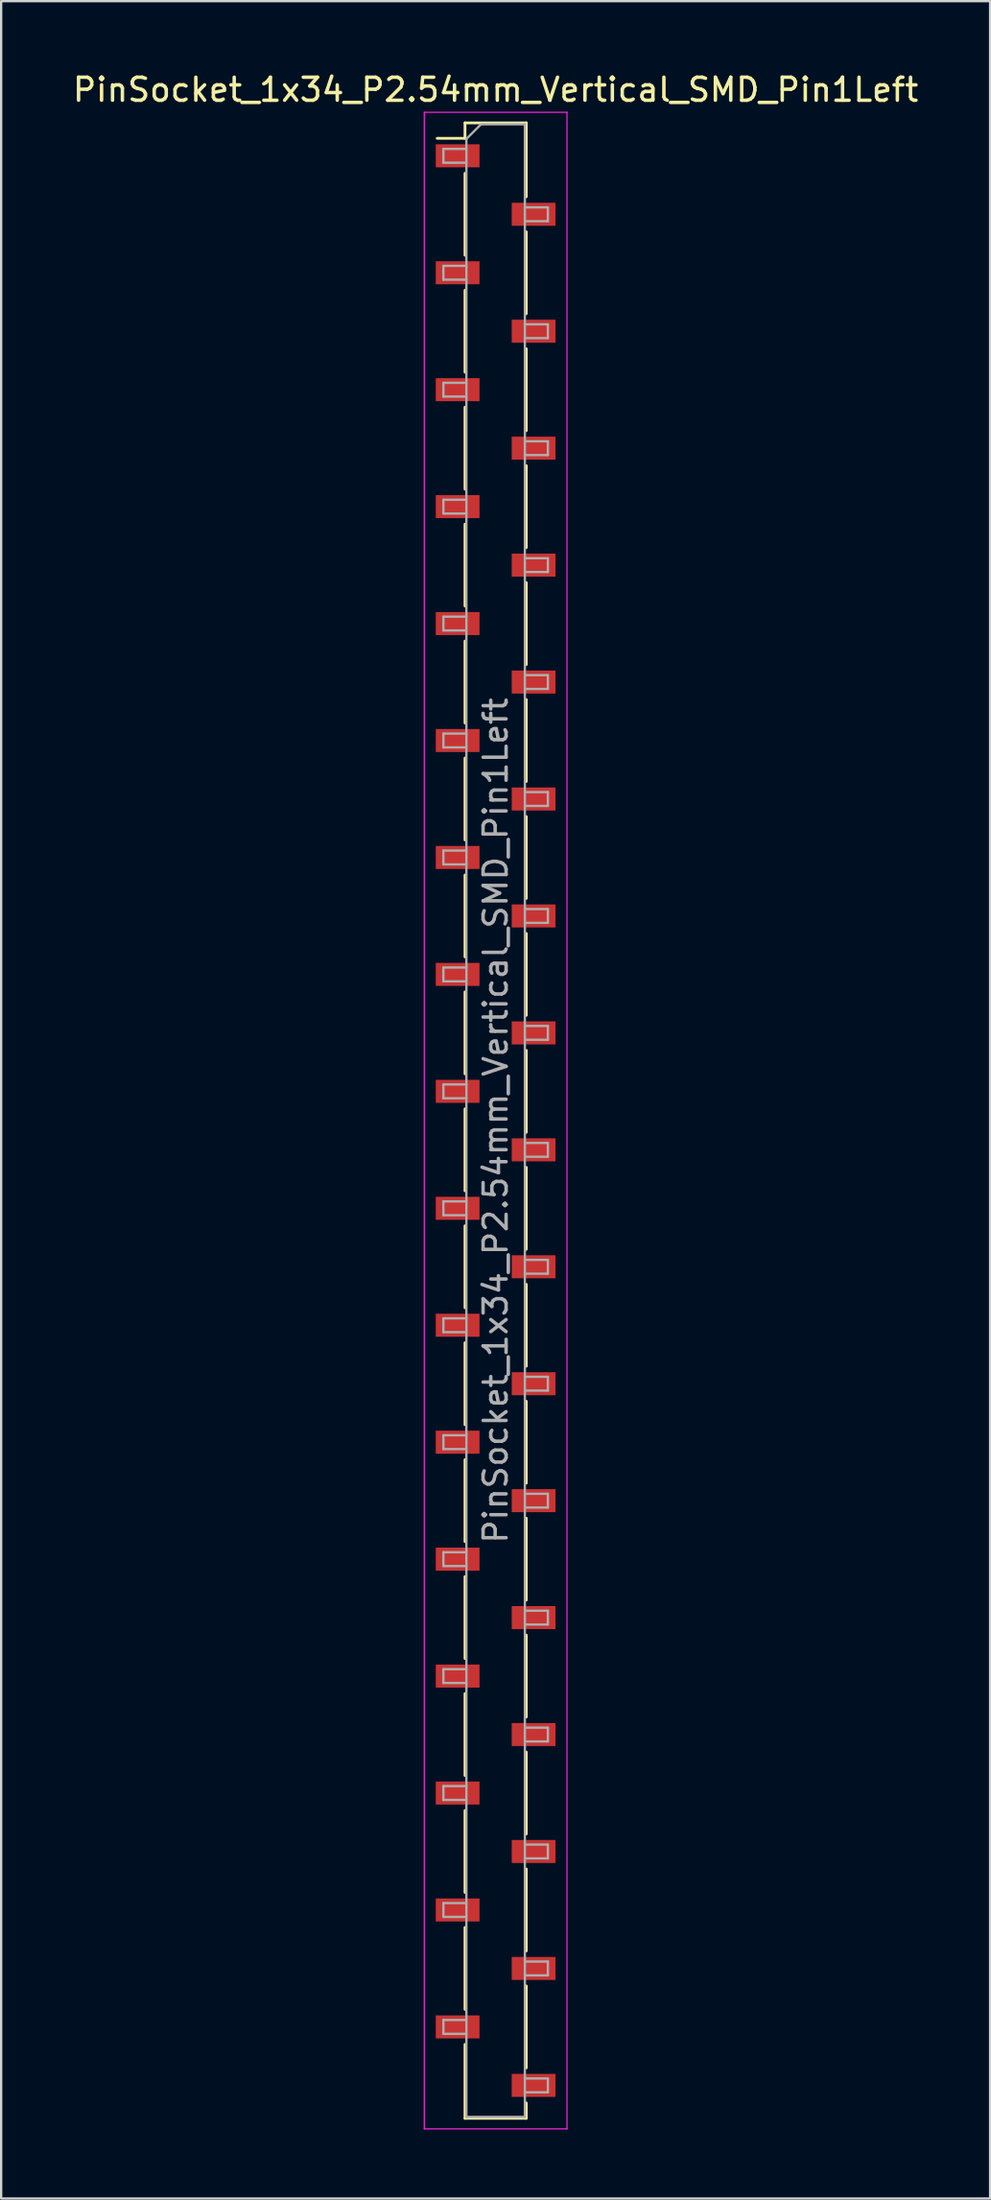
<source format=kicad_pcb>
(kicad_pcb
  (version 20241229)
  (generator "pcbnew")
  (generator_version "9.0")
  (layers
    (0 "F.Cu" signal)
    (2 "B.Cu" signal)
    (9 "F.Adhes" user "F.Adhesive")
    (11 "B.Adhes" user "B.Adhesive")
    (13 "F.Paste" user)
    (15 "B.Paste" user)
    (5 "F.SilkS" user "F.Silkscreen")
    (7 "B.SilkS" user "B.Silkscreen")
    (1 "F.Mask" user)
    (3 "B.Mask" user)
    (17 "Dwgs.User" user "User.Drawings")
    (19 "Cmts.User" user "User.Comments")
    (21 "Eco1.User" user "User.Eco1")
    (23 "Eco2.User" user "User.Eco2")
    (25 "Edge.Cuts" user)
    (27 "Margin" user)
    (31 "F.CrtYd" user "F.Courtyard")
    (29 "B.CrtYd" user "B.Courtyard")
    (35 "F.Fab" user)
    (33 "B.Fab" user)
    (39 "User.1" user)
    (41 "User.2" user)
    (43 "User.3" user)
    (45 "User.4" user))
  (footprint "PinSocket_1x34_P2.54mm_Vertical_SMD_Pin1Left"
    (layer "F.Cu")
    (at 18.482 45.628)
    (property "Reference" "PinSocket_1x34_P2.54mm_Vertical_SMD_Pin1Left" (at 0 -44.78 0) (layer "F.SilkS") (effects (font (size 1 1) (thickness 0.15))))
    (attr smd)
    (fp_line (start -2.54 -42.67) (end -1.33 -42.67) (stroke (width 0.12) (type solid)) (layer "F.SilkS"))
    (fp_line (start -1.33 -43.34) (end -1.33 -42.67) (stroke (width 0.12) (type solid)) (layer "F.SilkS"))
    (fp_line (start -1.33 -43.34) (end 1.33 -43.34) (stroke (width 0.12) (type solid)) (layer "F.SilkS"))
    (fp_line (start -1.33 -41.15) (end -1.33 -37.59) (stroke (width 0.12) (type solid)) (layer "F.SilkS"))
    (fp_line (start -1.33 -36.07) (end -1.33 -32.51) (stroke (width 0.12) (type solid)) (layer "F.SilkS"))
    (fp_line (start -1.33 -30.99) (end -1.33 -27.43) (stroke (width 0.12) (type solid)) (layer "F.SilkS"))
    (fp_line (start -1.33 -25.91) (end -1.33 -22.35) (stroke (width 0.12) (type solid)) (layer "F.SilkS"))
    (fp_line (start -1.33 -20.83) (end -1.33 -17.27) (stroke (width 0.12) (type solid)) (layer "F.SilkS"))
    (fp_line (start -1.33 -15.75) (end -1.33 -12.19) (stroke (width 0.12) (type solid)) (layer "F.SilkS"))
    (fp_line (start -1.33 -10.67) (end -1.33 -7.11) (stroke (width 0.12) (type solid)) (layer "F.SilkS"))
    (fp_line (start -1.33 -5.59) (end -1.33 -2.03) (stroke (width 0.12) (type solid)) (layer "F.SilkS"))
    (fp_line (start -1.33 -0.51) (end -1.33 3.05) (stroke (width 0.12) (type solid)) (layer "F.SilkS"))
    (fp_line (start -1.33 4.57) (end -1.33 8.13) (stroke (width 0.12) (type solid)) (layer "F.SilkS"))
    (fp_line (start -1.33 9.65) (end -1.33 13.21) (stroke (width 0.12) (type solid)) (layer "F.SilkS"))
    (fp_line (start -1.33 14.73) (end -1.33 18.29) (stroke (width 0.12) (type solid)) (layer "F.SilkS"))
    (fp_line (start -1.33 19.81) (end -1.33 23.37) (stroke (width 0.12) (type solid)) (layer "F.SilkS"))
    (fp_line (start -1.33 24.89) (end -1.33 28.45) (stroke (width 0.12) (type solid)) (layer "F.SilkS"))
    (fp_line (start -1.33 29.97) (end -1.33 33.53) (stroke (width 0.12) (type solid)) (layer "F.SilkS"))
    (fp_line (start -1.33 35.05) (end -1.33 38.61) (stroke (width 0.12) (type solid)) (layer "F.SilkS"))
    (fp_line (start -1.33 40.13) (end -1.33 43.34) (stroke (width 0.12) (type solid)) (layer "F.SilkS"))
    (fp_line (start -1.33 43.34) (end 1.33 43.34) (stroke (width 0.12) (type solid)) (layer "F.SilkS"))
    (fp_line (start 1.33 -43.34) (end 1.33 -40.13) (stroke (width 0.12) (type solid)) (layer "F.SilkS"))
    (fp_line (start 1.33 -38.61) (end 1.33 -35.05) (stroke (width 0.12) (type solid)) (layer "F.SilkS"))
    (fp_line (start 1.33 -33.53) (end 1.33 -29.97) (stroke (width 0.12) (type solid)) (layer "F.SilkS"))
    (fp_line (start 1.33 -28.45) (end 1.33 -24.89) (stroke (width 0.12) (type solid)) (layer "F.SilkS"))
    (fp_line (start 1.33 -23.37) (end 1.33 -19.81) (stroke (width 0.12) (type solid)) (layer "F.SilkS"))
    (fp_line (start 1.33 -18.29) (end 1.33 -14.73) (stroke (width 0.12) (type solid)) (layer "F.SilkS"))
    (fp_line (start 1.33 -13.21) (end 1.33 -9.65) (stroke (width 0.12) (type solid)) (layer "F.SilkS"))
    (fp_line (start 1.33 -8.13) (end 1.33 -4.57) (stroke (width 0.12) (type solid)) (layer "F.SilkS"))
    (fp_line (start 1.33 -3.05) (end 1.33 0.51) (stroke (width 0.12) (type solid)) (layer "F.SilkS"))
    (fp_line (start 1.33 2.03) (end 1.33 5.59) (stroke (width 0.12) (type solid)) (layer "F.SilkS"))
    (fp_line (start 1.33 7.11) (end 1.33 10.67) (stroke (width 0.12) (type solid)) (layer "F.SilkS"))
    (fp_line (start 1.33 12.19) (end 1.33 15.75) (stroke (width 0.12) (type solid)) (layer "F.SilkS"))
    (fp_line (start 1.33 17.27) (end 1.33 20.83) (stroke (width 0.12) (type solid)) (layer "F.SilkS"))
    (fp_line (start 1.33 22.35) (end 1.33 25.91) (stroke (width 0.12) (type solid)) (layer "F.SilkS"))
    (fp_line (start 1.33 27.43) (end 1.33 30.99) (stroke (width 0.12) (type solid)) (layer "F.SilkS"))
    (fp_line (start 1.33 32.51) (end 1.33 36.07) (stroke (width 0.12) (type solid)) (layer "F.SilkS"))
    (fp_line (start 1.33 37.59) (end 1.33 41.15) (stroke (width 0.12) (type solid)) (layer "F.SilkS"))
    (fp_line (start 1.33 42.67) (end 1.33 43.34) (stroke (width 0.12) (type solid)) (layer "F.SilkS"))
    (fp_line (start -3.1 -43.8) (end 3.1 -43.8) (stroke (width 0.05) (type solid)) (layer "F.CrtYd"))
    (fp_line (start -3.1 43.8) (end -3.1 -43.8) (stroke (width 0.05) (type solid)) (layer "F.CrtYd"))
    (fp_line (start 3.1 -43.8) (end 3.1 43.8) (stroke (width 0.05) (type solid)) (layer "F.CrtYd"))
    (fp_line (start 3.1 43.8) (end -3.1 43.8) (stroke (width 0.05) (type solid)) (layer "F.CrtYd"))
    (fp_line (start -2.27 -42.21) (end -1.27 -42.21) (stroke (width 0.1) (type solid)) (layer "F.Fab"))
    (fp_line (start -2.27 -41.61) (end -2.27 -42.21) (stroke (width 0.1) (type solid)) (layer "F.Fab"))
    (fp_line (start -2.27 -37.13) (end -1.27 -37.13) (stroke (width 0.1) (type solid)) (layer "F.Fab"))
    (fp_line (start -2.27 -36.53) (end -2.27 -37.13) (stroke (width 0.1) (type solid)) (layer "F.Fab"))
    (fp_line (start -2.27 -32.05) (end -1.27 -32.05) (stroke (width 0.1) (type solid)) (layer "F.Fab"))
    (fp_line (start -2.27 -31.45) (end -2.27 -32.05) (stroke (width 0.1) (type solid)) (layer "F.Fab"))
    (fp_line (start -2.27 -26.97) (end -1.27 -26.97) (stroke (width 0.1) (type solid)) (layer "F.Fab"))
    (fp_line (start -2.27 -26.37) (end -2.27 -26.97) (stroke (width 0.1) (type solid)) (layer "F.Fab"))
    (fp_line (start -2.27 -21.89) (end -1.27 -21.89) (stroke (width 0.1) (type solid)) (layer "F.Fab"))
    (fp_line (start -2.27 -21.29) (end -2.27 -21.89) (stroke (width 0.1) (type solid)) (layer "F.Fab"))
    (fp_line (start -2.27 -16.81) (end -1.27 -16.81) (stroke (width 0.1) (type solid)) (layer "F.Fab"))
    (fp_line (start -2.27 -16.21) (end -2.27 -16.81) (stroke (width 0.1) (type solid)) (layer "F.Fab"))
    (fp_line (start -2.27 -11.73) (end -1.27 -11.73) (stroke (width 0.1) (type solid)) (layer "F.Fab"))
    (fp_line (start -2.27 -11.13) (end -2.27 -11.73) (stroke (width 0.1) (type solid)) (layer "F.Fab"))
    (fp_line (start -2.27 -6.65) (end -1.27 -6.65) (stroke (width 0.1) (type solid)) (layer "F.Fab"))
    (fp_line (start -2.27 -6.05) (end -2.27 -6.65) (stroke (width 0.1) (type solid)) (layer "F.Fab"))
    (fp_line (start -2.27 -1.57) (end -1.27 -1.57) (stroke (width 0.1) (type solid)) (layer "F.Fab"))
    (fp_line (start -2.27 -0.97) (end -2.27 -1.57) (stroke (width 0.1) (type solid)) (layer "F.Fab"))
    (fp_line (start -2.27 3.51) (end -1.27 3.51) (stroke (width 0.1) (type solid)) (layer "F.Fab"))
    (fp_line (start -2.27 4.11) (end -2.27 3.51) (stroke (width 0.1) (type solid)) (layer "F.Fab"))
    (fp_line (start -2.27 8.59) (end -1.27 8.59) (stroke (width 0.1) (type solid)) (layer "F.Fab"))
    (fp_line (start -2.27 9.19) (end -2.27 8.59) (stroke (width 0.1) (type solid)) (layer "F.Fab"))
    (fp_line (start -2.27 13.67) (end -1.27 13.67) (stroke (width 0.1) (type solid)) (layer "F.Fab"))
    (fp_line (start -2.27 14.27) (end -2.27 13.67) (stroke (width 0.1) (type solid)) (layer "F.Fab"))
    (fp_line (start -2.27 18.75) (end -1.27 18.75) (stroke (width 0.1) (type solid)) (layer "F.Fab"))
    (fp_line (start -2.27 19.35) (end -2.27 18.75) (stroke (width 0.1) (type solid)) (layer "F.Fab"))
    (fp_line (start -2.27 23.83) (end -1.27 23.83) (stroke (width 0.1) (type solid)) (layer "F.Fab"))
    (fp_line (start -2.27 24.43) (end -2.27 23.83) (stroke (width 0.1) (type solid)) (layer "F.Fab"))
    (fp_line (start -2.27 28.91) (end -1.27 28.91) (stroke (width 0.1) (type solid)) (layer "F.Fab"))
    (fp_line (start -2.27 29.51) (end -2.27 28.91) (stroke (width 0.1) (type solid)) (layer "F.Fab"))
    (fp_line (start -2.27 33.99) (end -1.27 33.99) (stroke (width 0.1) (type solid)) (layer "F.Fab"))
    (fp_line (start -2.27 34.59) (end -2.27 33.99) (stroke (width 0.1) (type solid)) (layer "F.Fab"))
    (fp_line (start -2.27 39.07) (end -1.27 39.07) (stroke (width 0.1) (type solid)) (layer "F.Fab"))
    (fp_line (start -2.27 39.67) (end -2.27 39.07) (stroke (width 0.1) (type solid)) (layer "F.Fab"))
    (fp_line (start -1.27 -42.645) (end -0.635 -43.28) (stroke (width 0.1) (type solid)) (layer "F.Fab"))
    (fp_line (start -1.27 -41.61) (end -2.27 -41.61) (stroke (width 0.1) (type solid)) (layer "F.Fab"))
    (fp_line (start -1.27 -36.53) (end -2.27 -36.53) (stroke (width 0.1) (type solid)) (layer "F.Fab"))
    (fp_line (start -1.27 -31.45) (end -2.27 -31.45) (stroke (width 0.1) (type solid)) (layer "F.Fab"))
    (fp_line (start -1.27 -26.37) (end -2.27 -26.37) (stroke (width 0.1) (type solid)) (layer "F.Fab"))
    (fp_line (start -1.27 -21.29) (end -2.27 -21.29) (stroke (width 0.1) (type solid)) (layer "F.Fab"))
    (fp_line (start -1.27 -16.21) (end -2.27 -16.21) (stroke (width 0.1) (type solid)) (layer "F.Fab"))
    (fp_line (start -1.27 -11.13) (end -2.27 -11.13) (stroke (width 0.1) (type solid)) (layer "F.Fab"))
    (fp_line (start -1.27 -6.05) (end -2.27 -6.05) (stroke (width 0.1) (type solid)) (layer "F.Fab"))
    (fp_line (start -1.27 -0.97) (end -2.27 -0.97) (stroke (width 0.1) (type solid)) (layer "F.Fab"))
    (fp_line (start -1.27 4.11) (end -2.27 4.11) (stroke (width 0.1) (type solid)) (layer "F.Fab"))
    (fp_line (start -1.27 9.19) (end -2.27 9.19) (stroke (width 0.1) (type solid)) (layer "F.Fab"))
    (fp_line (start -1.27 14.27) (end -2.27 14.27) (stroke (width 0.1) (type solid)) (layer "F.Fab"))
    (fp_line (start -1.27 19.35) (end -2.27 19.35) (stroke (width 0.1) (type solid)) (layer "F.Fab"))
    (fp_line (start -1.27 24.43) (end -2.27 24.43) (stroke (width 0.1) (type solid)) (layer "F.Fab"))
    (fp_line (start -1.27 29.51) (end -2.27 29.51) (stroke (width 0.1) (type solid)) (layer "F.Fab"))
    (fp_line (start -1.27 34.59) (end -2.27 34.59) (stroke (width 0.1) (type solid)) (layer "F.Fab"))
    (fp_line (start -1.27 39.67) (end -2.27 39.67) (stroke (width 0.1) (type solid)) (layer "F.Fab"))
    (fp_line (start -1.27 43.28) (end -1.27 -42.645) (stroke (width 0.1) (type solid)) (layer "F.Fab"))
    (fp_line (start -0.635 -43.28) (end 1.27 -43.28) (stroke (width 0.1) (type solid)) (layer "F.Fab"))
    (fp_line (start 1.27 -43.28) (end 1.27 43.28) (stroke (width 0.1) (type solid)) (layer "F.Fab"))
    (fp_line (start 1.27 -39.67) (end 2.27 -39.67) (stroke (width 0.1) (type solid)) (layer "F.Fab"))
    (fp_line (start 1.27 -34.59) (end 2.27 -34.59) (stroke (width 0.1) (type solid)) (layer "F.Fab"))
    (fp_line (start 1.27 -29.51) (end 2.27 -29.51) (stroke (width 0.1) (type solid)) (layer "F.Fab"))
    (fp_line (start 1.27 -24.43) (end 2.27 -24.43) (stroke (width 0.1) (type solid)) (layer "F.Fab"))
    (fp_line (start 1.27 -19.35) (end 2.27 -19.35) (stroke (width 0.1) (type solid)) (layer "F.Fab"))
    (fp_line (start 1.27 -14.27) (end 2.27 -14.27) (stroke (width 0.1) (type solid)) (layer "F.Fab"))
    (fp_line (start 1.27 -9.19) (end 2.27 -9.19) (stroke (width 0.1) (type solid)) (layer "F.Fab"))
    (fp_line (start 1.27 -4.11) (end 2.27 -4.11) (stroke (width 0.1) (type solid)) (layer "F.Fab"))
    (fp_line (start 1.27 0.97) (end 2.27 0.97) (stroke (width 0.1) (type solid)) (layer "F.Fab"))
    (fp_line (start 1.27 6.05) (end 2.27 6.05) (stroke (width 0.1) (type solid)) (layer "F.Fab"))
    (fp_line (start 1.27 11.13) (end 2.27 11.13) (stroke (width 0.1) (type solid)) (layer "F.Fab"))
    (fp_line (start 1.27 16.21) (end 2.27 16.21) (stroke (width 0.1) (type solid)) (layer "F.Fab"))
    (fp_line (start 1.27 21.29) (end 2.27 21.29) (stroke (width 0.1) (type solid)) (layer "F.Fab"))
    (fp_line (start 1.27 26.37) (end 2.27 26.37) (stroke (width 0.1) (type solid)) (layer "F.Fab"))
    (fp_line (start 1.27 31.45) (end 2.27 31.45) (stroke (width 0.1) (type solid)) (layer "F.Fab"))
    (fp_line (start 1.27 36.53) (end 2.27 36.53) (stroke (width 0.1) (type solid)) (layer "F.Fab"))
    (fp_line (start 1.27 41.61) (end 2.27 41.61) (stroke (width 0.1) (type solid)) (layer "F.Fab"))
    (fp_line (start 1.27 43.28) (end -1.27 43.28) (stroke (width 0.1) (type solid)) (layer "F.Fab"))
    (fp_line (start 2.27 -39.67) (end 2.27 -39.07) (stroke (width 0.1) (type solid)) (layer "F.Fab"))
    (fp_line (start 2.27 -39.07) (end 1.27 -39.07) (stroke (width 0.1) (type solid)) (layer "F.Fab"))
    (fp_line (start 2.27 -34.59) (end 2.27 -33.99) (stroke (width 0.1) (type solid)) (layer "F.Fab"))
    (fp_line (start 2.27 -33.99) (end 1.27 -33.99) (stroke (width 0.1) (type solid)) (layer "F.Fab"))
    (fp_line (start 2.27 -29.51) (end 2.27 -28.91) (stroke (width 0.1) (type solid)) (layer "F.Fab"))
    (fp_line (start 2.27 -28.91) (end 1.27 -28.91) (stroke (width 0.1) (type solid)) (layer "F.Fab"))
    (fp_line (start 2.27 -24.43) (end 2.27 -23.83) (stroke (width 0.1) (type solid)) (layer "F.Fab"))
    (fp_line (start 2.27 -23.83) (end 1.27 -23.83) (stroke (width 0.1) (type solid)) (layer "F.Fab"))
    (fp_line (start 2.27 -19.35) (end 2.27 -18.75) (stroke (width 0.1) (type solid)) (layer "F.Fab"))
    (fp_line (start 2.27 -18.75) (end 1.27 -18.75) (stroke (width 0.1) (type solid)) (layer "F.Fab"))
    (fp_line (start 2.27 -14.27) (end 2.27 -13.67) (stroke (width 0.1) (type solid)) (layer "F.Fab"))
    (fp_line (start 2.27 -13.67) (end 1.27 -13.67) (stroke (width 0.1) (type solid)) (layer "F.Fab"))
    (fp_line (start 2.27 -9.19) (end 2.27 -8.59) (stroke (width 0.1) (type solid)) (layer "F.Fab"))
    (fp_line (start 2.27 -8.59) (end 1.27 -8.59) (stroke (width 0.1) (type solid)) (layer "F.Fab"))
    (fp_line (start 2.27 -4.11) (end 2.27 -3.51) (stroke (width 0.1) (type solid)) (layer "F.Fab"))
    (fp_line (start 2.27 -3.51) (end 1.27 -3.51) (stroke (width 0.1) (type solid)) (layer "F.Fab"))
    (fp_line (start 2.27 0.97) (end 2.27 1.57) (stroke (width 0.1) (type solid)) (layer "F.Fab"))
    (fp_line (start 2.27 1.57) (end 1.27 1.57) (stroke (width 0.1) (type solid)) (layer "F.Fab"))
    (fp_line (start 2.27 6.05) (end 2.27 6.65) (stroke (width 0.1) (type solid)) (layer "F.Fab"))
    (fp_line (start 2.27 6.65) (end 1.27 6.65) (stroke (width 0.1) (type solid)) (layer "F.Fab"))
    (fp_line (start 2.27 11.13) (end 2.27 11.73) (stroke (width 0.1) (type solid)) (layer "F.Fab"))
    (fp_line (start 2.27 11.73) (end 1.27 11.73) (stroke (width 0.1) (type solid)) (layer "F.Fab"))
    (fp_line (start 2.27 16.21) (end 2.27 16.81) (stroke (width 0.1) (type solid)) (layer "F.Fab"))
    (fp_line (start 2.27 16.81) (end 1.27 16.81) (stroke (width 0.1) (type solid)) (layer "F.Fab"))
    (fp_line (start 2.27 21.29) (end 2.27 21.89) (stroke (width 0.1) (type solid)) (layer "F.Fab"))
    (fp_line (start 2.27 21.89) (end 1.27 21.89) (stroke (width 0.1) (type solid)) (layer "F.Fab"))
    (fp_line (start 2.27 26.37) (end 2.27 26.97) (stroke (width 0.1) (type solid)) (layer "F.Fab"))
    (fp_line (start 2.27 26.97) (end 1.27 26.97) (stroke (width 0.1) (type solid)) (layer "F.Fab"))
    (fp_line (start 2.27 31.45) (end 2.27 32.05) (stroke (width 0.1) (type solid)) (layer "F.Fab"))
    (fp_line (start 2.27 32.05) (end 1.27 32.05) (stroke (width 0.1) (type solid)) (layer "F.Fab"))
    (fp_line (start 2.27 36.53) (end 2.27 37.13) (stroke (width 0.1) (type solid)) (layer "F.Fab"))
    (fp_line (start 2.27 37.13) (end 1.27 37.13) (stroke (width 0.1) (type solid)) (layer "F.Fab"))
    (fp_line (start 2.27 41.61) (end 2.27 42.21) (stroke (width 0.1) (type solid)) (layer "F.Fab"))
    (fp_line (start 2.27 42.21) (end 1.27 42.21) (stroke (width 0.1) (type solid)) (layer "F.Fab"))
    (fp_text user "${REFERENCE}" (at 0 0 90) (layer "F.Fab") (effects (font (size 1 1) (thickness 0.15))))
    (pad "1" smd rect (at -1.65 -41.91) (size 1.9 1) (layers "F.Cu" "F.Mask" "F.Paste"))
    (pad "2" smd rect (at 1.65 -39.37) (size 1.9 1) (layers "F.Cu" "F.Mask" "F.Paste"))
    (pad "3" smd rect (at -1.65 -36.83) (size 1.9 1) (layers "F.Cu" "F.Mask" "F.Paste"))
    (pad "4" smd rect (at 1.65 -34.29) (size 1.9 1) (layers "F.Cu" "F.Mask" "F.Paste"))
    (pad "5" smd rect (at -1.65 -31.75) (size 1.9 1) (layers "F.Cu" "F.Mask" "F.Paste"))
    (pad "6" smd rect (at 1.65 -29.21) (size 1.9 1) (layers "F.Cu" "F.Mask" "F.Paste"))
    (pad "7" smd rect (at -1.65 -26.67) (size 1.9 1) (layers "F.Cu" "F.Mask" "F.Paste"))
    (pad "8" smd rect (at 1.65 -24.13) (size 1.9 1) (layers "F.Cu" "F.Mask" "F.Paste"))
    (pad "9" smd rect (at -1.65 -21.59) (size 1.9 1) (layers "F.Cu" "F.Mask" "F.Paste"))
    (pad "10" smd rect (at 1.65 -19.05) (size 1.9 1) (layers "F.Cu" "F.Mask" "F.Paste"))
    (pad "11" smd rect (at -1.65 -16.51) (size 1.9 1) (layers "F.Cu" "F.Mask" "F.Paste"))
    (pad "12" smd rect (at 1.65 -13.97) (size 1.9 1) (layers "F.Cu" "F.Mask" "F.Paste"))
    (pad "13" smd rect (at -1.65 -11.43) (size 1.9 1) (layers "F.Cu" "F.Mask" "F.Paste"))
    (pad "14" smd rect (at 1.65 -8.89) (size 1.9 1) (layers "F.Cu" "F.Mask" "F.Paste"))
    (pad "15" smd rect (at -1.65 -6.35) (size 1.9 1) (layers "F.Cu" "F.Mask" "F.Paste"))
    (pad "16" smd rect (at 1.65 -3.81) (size 1.9 1) (layers "F.Cu" "F.Mask" "F.Paste"))
    (pad "17" smd rect (at -1.65 -1.27) (size 1.9 1) (layers "F.Cu" "F.Mask" "F.Paste"))
    (pad "18" smd rect (at 1.65 1.27) (size 1.9 1) (layers "F.Cu" "F.Mask" "F.Paste"))
    (pad "19" smd rect (at -1.65 3.81) (size 1.9 1) (layers "F.Cu" "F.Mask" "F.Paste"))
    (pad "20" smd rect (at 1.65 6.35) (size 1.9 1) (layers "F.Cu" "F.Mask" "F.Paste"))
    (pad "21" smd rect (at -1.65 8.89) (size 1.9 1) (layers "F.Cu" "F.Mask" "F.Paste"))
    (pad "22" smd rect (at 1.65 11.43) (size 1.9 1) (layers "F.Cu" "F.Mask" "F.Paste"))
    (pad "23" smd rect (at -1.65 13.97) (size 1.9 1) (layers "F.Cu" "F.Mask" "F.Paste"))
    (pad "24" smd rect (at 1.65 16.51) (size 1.9 1) (layers "F.Cu" "F.Mask" "F.Paste"))
    (pad "25" smd rect (at -1.65 19.05) (size 1.9 1) (layers "F.Cu" "F.Mask" "F.Paste"))
    (pad "26" smd rect (at 1.65 21.59) (size 1.9 1) (layers "F.Cu" "F.Mask" "F.Paste"))
    (pad "27" smd rect (at -1.65 24.13) (size 1.9 1) (layers "F.Cu" "F.Mask" "F.Paste"))
    (pad "28" smd rect (at 1.65 26.67) (size 1.9 1) (layers "F.Cu" "F.Mask" "F.Paste"))
    (pad "29" smd rect (at -1.65 29.21) (size 1.9 1) (layers "F.Cu" "F.Mask" "F.Paste"))
    (pad "30" smd rect (at 1.65 31.75) (size 1.9 1) (layers "F.Cu" "F.Mask" "F.Paste"))
    (pad "31" smd rect (at -1.65 34.29) (size 1.9 1) (layers "F.Cu" "F.Mask" "F.Paste"))
    (pad "32" smd rect (at 1.65 36.83) (size 1.9 1) (layers "F.Cu" "F.Mask" "F.Paste"))
    (pad "33" smd rect (at -1.65 39.37) (size 1.9 1) (layers "F.Cu" "F.Mask" "F.Paste"))
    (pad "34" smd rect (at 1.65 41.91) (size 1.9 1) (layers "F.Cu" "F.Mask" "F.Paste")))
  (gr_rect
    (start -3 -3)
    (end 39.964 92.453)
    (stroke (width 0.1) (type default))
    (fill no)
    (layer "Edge.Cuts")))
</source>
